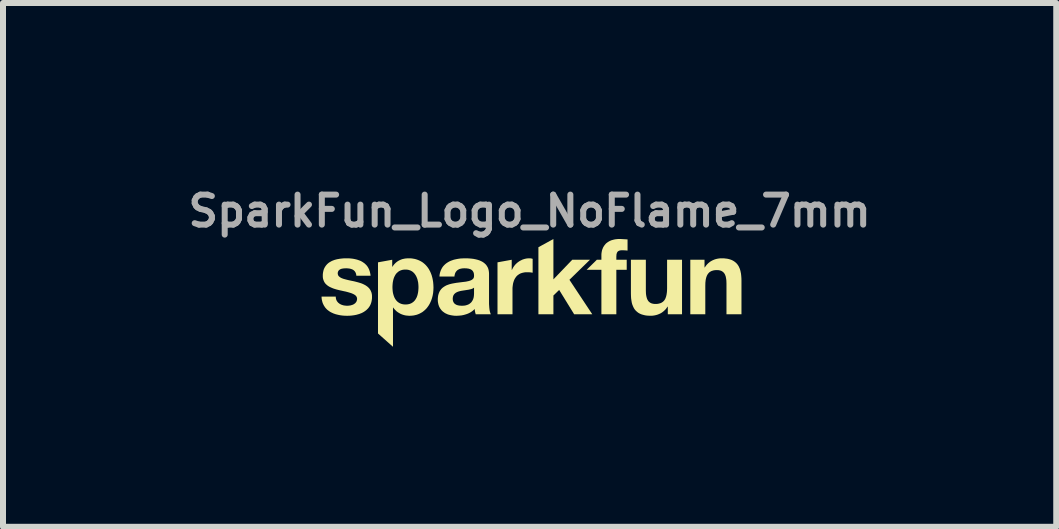
<source format=kicad_pcb>
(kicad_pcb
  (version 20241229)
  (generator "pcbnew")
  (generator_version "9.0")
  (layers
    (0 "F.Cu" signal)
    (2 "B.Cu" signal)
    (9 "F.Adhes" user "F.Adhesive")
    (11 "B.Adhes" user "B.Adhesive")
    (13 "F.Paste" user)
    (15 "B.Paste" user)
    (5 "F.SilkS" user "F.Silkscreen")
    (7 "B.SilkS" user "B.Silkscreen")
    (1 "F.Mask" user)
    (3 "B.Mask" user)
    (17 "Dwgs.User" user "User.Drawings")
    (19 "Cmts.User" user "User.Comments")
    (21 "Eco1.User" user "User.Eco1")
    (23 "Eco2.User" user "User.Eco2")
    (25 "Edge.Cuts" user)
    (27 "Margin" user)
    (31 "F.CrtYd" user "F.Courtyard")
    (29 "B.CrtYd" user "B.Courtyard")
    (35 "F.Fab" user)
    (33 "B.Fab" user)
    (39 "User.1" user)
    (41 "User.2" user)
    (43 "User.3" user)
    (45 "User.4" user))
  (footprint "SparkFun_Logo_NoFlame_7mm"
    (layer "F.Cu")
    (at 5.779 1.738)
    (property "Reference" "SparkFun_Logo_NoFlame_7mm" (at 0 -1.27 0) (layer "F.Fab") (effects (font (size 0.5 0.5) (thickness 0.1))))
    (attr board_only exclude_from_pos_files exclude_from_bom)
    (fp_poly (pts (xy 0.396 -0.131) (xy 0.71 -0.458) (xy 1.005 -0.458) (xy 0.663 -0.124) (xy 1.044 0.451) (xy 0.742 0.451) (xy 0.492 0.045) (xy 0.396 0.138) (xy 0.396 0.451) (xy 0.146 0.451) (xy 0.146 -0.667) (xy 0.396 -0.804)) (stroke (width 0) (type solid)) (fill yes) (layer "F.SilkS"))
    (fp_poly (pts (xy -0.001 -0.482) (xy 0.002 -0.482) (xy 0.006 -0.482) (xy 0.009 -0.482) (xy 0.016 -0.481) (xy 0.023 -0.48) (xy 0.03 -0.479) (xy 0.036 -0.477) (xy 0.043 -0.475) (xy 0.05 -0.474) (xy 0.05 -0.242) (xy 0.04 -0.244) (xy 0.03 -0.245) (xy 0.019 -0.247) (xy 0.007 -0.248) (xy -0.005 -0.249) (xy -0.017 -0.25) (xy -0.029 -0.25) (xy -0.04 -0.25) (xy -0.057 -0.25) (xy -0.073 -0.249) (xy -0.089 -0.247) (xy -0.104 -0.244) (xy -0.118 -0.241) (xy -0.131 -0.237) (xy -0.144 -0.233) (xy -0.156 -0.228) (xy -0.168 -0.222) (xy -0.179 -0.215) (xy -0.189 -0.208) (xy -0.199 -0.201) (xy -0.208 -0.193) (xy -0.217 -0.184) (xy -0.225 -0.175) (xy -0.232 -0.165) (xy -0.239 -0.155) (xy -0.246 -0.144) (xy -0.252 -0.133) (xy -0.257 -0.122) (xy -0.262 -0.11) (xy -0.266 -0.098) (xy -0.27 -0.085) (xy -0.274 -0.072) (xy -0.277 -0.059) (xy -0.279 -0.046) (xy -0.283 -0.018) (xy -0.286 0.011) (xy -0.286 0.041) (xy -0.286 0.451) (xy -0.536 0.451) (xy -0.536 -0.415) (xy -0.299 -0.458) (xy -0.299 -0.289) (xy -0.295 -0.289) (xy -0.29 -0.3) (xy -0.285 -0.31) (xy -0.28 -0.32) (xy -0.274 -0.33) (xy -0.268 -0.34) (xy -0.261 -0.349) (xy -0.255 -0.359) (xy -0.247 -0.367) (xy -0.24 -0.376) (xy -0.232 -0.385) (xy -0.224 -0.393) (xy -0.215 -0.4) (xy -0.207 -0.408) (xy -0.198 -0.415) (xy -0.188 -0.422) (xy -0.179 -0.429) (xy -0.169 -0.435) (xy -0.159 -0.441) (xy -0.149 -0.446) (xy -0.139 -0.451) (xy -0.129 -0.456) (xy -0.118 -0.461) (xy -0.107 -0.465) (xy -0.096 -0.468) (xy -0.085 -0.472) (xy -0.074 -0.474) (xy -0.063 -0.477) (xy -0.051 -0.479) (xy -0.04 -0.48) (xy -0.028 -0.482) (xy -0.017 -0.482) (xy -0.005 -0.482)) (stroke (width 0) (type solid)) (fill yes) (layer "F.SilkS"))
    (fp_poly (pts (xy 1.517 -0.804) (xy 1.533 -0.803) (xy 1.55 -0.802) (xy 1.567 -0.801) (xy 1.6 -0.799) (xy 1.616 -0.798) (xy 1.632 -0.797) (xy 1.632 -0.611) (xy 1.62 -0.612) (xy 1.609 -0.613) (xy 1.598 -0.614) (xy 1.586 -0.615) (xy 1.575 -0.615) (xy 1.563 -0.616) (xy 1.552 -0.616) (xy 1.54 -0.616) (xy 1.528 -0.616) (xy 1.522 -0.615) (xy 1.517 -0.615) (xy 1.511 -0.614) (xy 1.506 -0.613) (xy 1.501 -0.612) (xy 1.497 -0.61) (xy 1.492 -0.609) (xy 1.488 -0.607) (xy 1.484 -0.605) (xy 1.48 -0.603) (xy 1.477 -0.601) (xy 1.473 -0.598) (xy 1.47 -0.596) (xy 1.467 -0.593) (xy 1.464 -0.589) (xy 1.462 -0.586) (xy 1.46 -0.582) (xy 1.457 -0.578) (xy 1.455 -0.574) (xy 1.454 -0.57) (xy 1.452 -0.565) (xy 1.451 -0.56) (xy 1.449 -0.555) (xy 1.448 -0.55) (xy 1.447 -0.544) (xy 1.447 -0.538) (xy 1.446 -0.526) (xy 1.445 -0.512) (xy 1.445 -0.458) (xy 1.618 -0.458) (xy 1.618 -0.291) (xy 1.445 -0.291) (xy 1.445 0.451) (xy 1.196 0.451) (xy 1.196 -0.291) (xy 0.95 -0.291) (xy 1.12 -0.458) (xy 1.196 -0.458) (xy 1.196 -0.528) (xy 1.196 -0.543) (xy 1.197 -0.558) (xy 1.198 -0.572) (xy 1.201 -0.586) (xy 1.203 -0.6) (xy 1.206 -0.614) (xy 1.21 -0.627) (xy 1.215 -0.639) (xy 1.22 -0.652) (xy 1.225 -0.664) (xy 1.232 -0.675) (xy 1.238 -0.686) (xy 1.246 -0.697) (xy 1.254 -0.707) (xy 1.262 -0.717) (xy 1.271 -0.727) (xy 1.281 -0.736) (xy 1.292 -0.744) (xy 1.303 -0.752) (xy 1.314 -0.759) (xy 1.326 -0.766) (xy 1.339 -0.773) (xy 1.352 -0.778) (xy 1.366 -0.784) (xy 1.381 -0.788) (xy 1.396 -0.792) (xy 1.412 -0.796) (xy 1.428 -0.799) (xy 1.445 -0.801) (xy 1.463 -0.803) (xy 1.481 -0.804) (xy 1.5 -0.804)) (stroke (width 0) (type solid)) (fill yes) (layer "F.SilkS"))
    (fp_poly (pts (xy 1.937 0.055) (xy 1.938 0.082) (xy 1.939 0.108) (xy 1.942 0.131) (xy 1.946 0.153) (xy 1.951 0.173) (xy 1.957 0.192) (xy 1.961 0.2) (xy 1.964 0.208) (xy 1.969 0.216) (xy 1.973 0.223) (xy 1.978 0.23) (xy 1.983 0.236) (xy 1.989 0.242) (xy 1.995 0.247) (xy 2.001 0.252) (xy 2.008 0.257) (xy 2.015 0.261) (xy 2.023 0.265) (xy 2.03 0.268) (xy 2.039 0.271) (xy 2.047 0.273) (xy 2.057 0.275) (xy 2.066 0.277) (xy 2.076 0.278) (xy 2.086 0.278) (xy 2.097 0.279) (xy 2.11 0.278) (xy 2.122 0.278) (xy 2.133 0.277) (xy 2.144 0.275) (xy 2.155 0.273) (xy 2.165 0.27) (xy 2.175 0.267) (xy 2.185 0.264) (xy 2.194 0.26) (xy 2.202 0.255) (xy 2.21 0.25) (xy 2.218 0.245) (xy 2.225 0.239) (xy 2.232 0.232) (xy 2.239 0.225) (xy 2.245 0.218) (xy 2.25 0.21) (xy 2.256 0.201) (xy 2.261 0.192) (xy 2.265 0.182) (xy 2.269 0.171) (xy 2.273 0.161) (xy 2.276 0.149) (xy 2.279 0.137) (xy 2.282 0.124) (xy 2.284 0.111) (xy 2.286 0.097) (xy 2.288 0.083) (xy 2.289 0.068) (xy 2.29 0.052) (xy 2.291 0.018) (xy 2.291 -0.458) (xy 2.54 -0.458) (xy 2.54 0.451) (xy 2.303 0.451) (xy 2.303 0.324) (xy 2.298 0.324) (xy 2.292 0.334) (xy 2.285 0.343) (xy 2.279 0.352) (xy 2.272 0.361) (xy 2.265 0.369) (xy 2.258 0.377) (xy 2.25 0.384) (xy 2.242 0.392) (xy 2.235 0.399) (xy 2.226 0.405) (xy 2.218 0.412) (xy 2.21 0.418) (xy 2.193 0.429) (xy 2.175 0.439) (xy 2.156 0.447) (xy 2.137 0.455) (xy 2.118 0.461) (xy 2.099 0.466) (xy 2.079 0.47) (xy 2.06 0.473) (xy 2.04 0.475) (xy 2.02 0.475) (xy 1.996 0.475) (xy 1.972 0.474) (xy 1.95 0.472) (xy 1.929 0.469) (xy 1.91 0.465) (xy 1.891 0.46) (xy 1.873 0.455) (xy 1.856 0.449) (xy 1.84 0.442) (xy 1.825 0.434) (xy 1.811 0.426) (xy 1.798 0.416) (xy 1.786 0.406) (xy 1.775 0.396) (xy 1.764 0.385) (xy 1.754 0.373) (xy 1.745 0.36) (xy 1.737 0.347) (xy 1.73 0.333) (xy 1.723 0.318) (xy 1.717 0.303) (xy 1.711 0.288) (xy 1.706 0.271) (xy 1.702 0.255) (xy 1.696 0.219) (xy 1.691 0.182) (xy 1.689 0.142) (xy 1.688 0.101) (xy 1.688 -0.458) (xy 1.937 -0.458)) (stroke (width 0) (type solid)) (fill yes) (layer "F.SilkS"))
    (fp_poly (pts (xy 3.223 -0.482) (xy 3.246 -0.481) (xy 3.268 -0.478) (xy 3.289 -0.476) (xy 3.309 -0.472) (xy 3.328 -0.467) (xy 3.345 -0.462) (xy 3.362 -0.456) (xy 3.378 -0.449) (xy 3.393 -0.441) (xy 3.407 -0.432) (xy 3.42 -0.423) (xy 3.432 -0.413) (xy 3.444 -0.403) (xy 3.454 -0.391) (xy 3.464 -0.38) (xy 3.473 -0.367) (xy 3.481 -0.354) (xy 3.489 -0.34) (xy 3.495 -0.325) (xy 3.502 -0.31) (xy 3.507 -0.295) (xy 3.512 -0.278) (xy 3.516 -0.261) (xy 3.523 -0.226) (xy 3.527 -0.189) (xy 3.53 -0.149) (xy 3.531 -0.108) (xy 3.531 0.451) (xy 3.281 0.451) (xy 3.281 -0.062) (xy 3.28 -0.089) (xy 3.279 -0.115) (xy 3.276 -0.138) (xy 3.272 -0.16) (xy 3.268 -0.18) (xy 3.261 -0.199) (xy 3.258 -0.207) (xy 3.254 -0.215) (xy 3.25 -0.223) (xy 3.245 -0.23) (xy 3.24 -0.237) (xy 3.235 -0.243) (xy 3.229 -0.249) (xy 3.223 -0.254) (xy 3.217 -0.259) (xy 3.21 -0.264) (xy 3.203 -0.268) (xy 3.196 -0.272) (xy 3.188 -0.275) (xy 3.179 -0.278) (xy 3.171 -0.28) (xy 3.162 -0.282) (xy 3.152 -0.284) (xy 3.142 -0.285) (xy 3.132 -0.285) (xy 3.121 -0.286) (xy 3.109 -0.285) (xy 3.097 -0.285) (xy 3.085 -0.284) (xy 3.074 -0.282) (xy 3.063 -0.28) (xy 3.053 -0.277) (xy 3.043 -0.274) (xy 3.034 -0.271) (xy 3.025 -0.267) (xy 3.016 -0.262) (xy 3.008 -0.257) (xy 3 -0.252) (xy 2.993 -0.246) (xy 2.986 -0.239) (xy 2.98 -0.232) (xy 2.974 -0.225) (xy 2.968 -0.217) (xy 2.963 -0.208) (xy 2.958 -0.199) (xy 2.953 -0.189) (xy 2.949 -0.178) (xy 2.945 -0.167) (xy 2.942 -0.156) (xy 2.939 -0.144) (xy 2.936 -0.131) (xy 2.934 -0.118) (xy 2.932 -0.104) (xy 2.931 -0.089) (xy 2.929 -0.074) (xy 2.929 -0.059) (xy 2.928 -0.025) (xy 2.928 0.451) (xy 2.678 0.451) (xy 2.678 -0.458) (xy 2.915 -0.458) (xy 2.915 -0.331) (xy 2.921 -0.331) (xy 2.927 -0.341) (xy 2.933 -0.35) (xy 2.94 -0.359) (xy 2.946 -0.367) (xy 2.953 -0.376) (xy 2.961 -0.384) (xy 2.968 -0.391) (xy 2.976 -0.399) (xy 2.984 -0.406) (xy 2.992 -0.412) (xy 3 -0.419) (xy 3.008 -0.425) (xy 3.026 -0.436) (xy 3.044 -0.446) (xy 3.062 -0.454) (xy 3.081 -0.462) (xy 3.1 -0.468) (xy 3.119 -0.473) (xy 3.139 -0.477) (xy 3.159 -0.48) (xy 3.179 -0.482) (xy 3.198 -0.482)) (stroke (width 0) (type solid)) (fill yes) (layer "F.SilkS"))
    (fp_poly (pts (xy -1.99 -0.482) (xy -1.965 -0.48) (xy -1.94 -0.476) (xy -1.917 -0.472) (xy -1.894 -0.466) (xy -1.873 -0.459) (xy -1.852 -0.451) (xy -1.832 -0.442) (xy -1.813 -0.432) (xy -1.794 -0.421) (xy -1.777 -0.409) (xy -1.761 -0.396) (xy -1.745 -0.382) (xy -1.73 -0.367) (xy -1.716 -0.351) (xy -1.703 -0.335) (xy -1.691 -0.318) (xy -1.679 -0.3) (xy -1.669 -0.281) (xy -1.659 -0.262) (xy -1.65 -0.242) (xy -1.642 -0.222) (xy -1.634 -0.201) (xy -1.628 -0.179) (xy -1.622 -0.157) (xy -1.617 -0.135) (xy -1.609 -0.089) (xy -1.605 -0.042) (xy -1.603 0.006) (xy -1.605 0.051) (xy -1.609 0.096) (xy -1.617 0.14) (xy -1.628 0.182) (xy -1.642 0.223) (xy -1.659 0.261) (xy -1.669 0.28) (xy -1.679 0.298) (xy -1.691 0.315) (xy -1.703 0.332) (xy -1.715 0.348) (xy -1.729 0.363) (xy -1.743 0.377) (xy -1.759 0.391) (xy -1.775 0.404) (xy -1.791 0.416) (xy -1.809 0.426) (xy -1.827 0.436) (xy -1.846 0.445) (xy -1.866 0.453) (xy -1.887 0.46) (xy -1.908 0.465) (xy -1.931 0.47) (xy -1.954 0.473) (xy -1.978 0.475) (xy -2.002 0.476) (xy -2.023 0.475) (xy -2.043 0.473) (xy -2.063 0.471) (xy -2.083 0.467) (xy -2.102 0.462) (xy -2.121 0.456) (xy -2.139 0.449) (xy -2.157 0.441) (xy -2.174 0.431) (xy -2.191 0.421) (xy -2.207 0.41) (xy -2.222 0.398) (xy -2.236 0.384) (xy -2.25 0.37) (xy -2.263 0.355) (xy -2.275 0.339) (xy -2.278 0.339) (xy -2.278 0.993) (xy -2.528 0.771) (xy -2.528 -0.001) (xy -2.287 -0.001) (xy -2.286 0.027) (xy -2.284 0.054) (xy -2.281 0.081) (xy -2.276 0.106) (xy -2.269 0.131) (xy -2.261 0.155) (xy -2.251 0.178) (xy -2.245 0.188) (xy -2.239 0.199) (xy -2.232 0.208) (xy -2.225 0.218) (xy -2.217 0.227) (xy -2.209 0.235) (xy -2.201 0.243) (xy -2.191 0.25) (xy -2.182 0.257) (xy -2.171 0.263) (xy -2.161 0.269) (xy -2.149 0.273) (xy -2.137 0.278) (xy -2.125 0.281) (xy -2.112 0.284) (xy -2.098 0.286) (xy -2.084 0.287) (xy -2.069 0.287) (xy -2.054 0.287) (xy -2.04 0.286) (xy -2.026 0.284) (xy -2.013 0.281) (xy -2 0.278) (xy -1.988 0.273) (xy -1.977 0.269) (xy -1.966 0.263) (xy -1.956 0.257) (xy -1.947 0.25) (xy -1.937 0.243) (xy -1.929 0.235) (xy -1.921 0.227) (xy -1.913 0.218) (xy -1.906 0.208) (xy -1.9 0.199) (xy -1.894 0.188) (xy -1.888 0.178) (xy -1.883 0.167) (xy -1.878 0.155) (xy -1.874 0.143) (xy -1.87 0.131) (xy -1.867 0.119) (xy -1.864 0.106) (xy -1.859 0.081) (xy -1.856 0.054) (xy -1.854 0.027) (xy -1.853 -0.001) (xy -1.854 -0.028) (xy -1.856 -0.055) (xy -1.859 -0.082) (xy -1.865 -0.108) (xy -1.871 -0.134) (xy -1.88 -0.158) (xy -1.89 -0.181) (xy -1.896 -0.192) (xy -1.902 -0.202) (xy -1.909 -0.212) (xy -1.916 -0.222) (xy -1.923 -0.231) (xy -1.932 -0.24) (xy -1.94 -0.248) (xy -1.949 -0.256) (xy -1.959 -0.263) (xy -1.969 -0.269) (xy -1.98 -0.275) (xy -1.991 -0.28) (xy -2.003 -0.284) (xy -2.015 -0.288) (xy -2.028 -0.291) (xy -2.042 -0.293) (xy -2.056 -0.294) (xy -2.071 -0.294) (xy -2.086 -0.294) (xy -2.1 -0.293) (xy -2.114 -0.291) (xy -2.127 -0.288) (xy -2.14 -0.284) (xy -2.151 -0.28) (xy -2.163 -0.275) (xy -2.174 -0.269) (xy -2.184 -0.263) (xy -2.193 -0.256) (xy -2.202 -0.248) (xy -2.211 -0.24) (xy -2.219 -0.232) (xy -2.227 -0.223) (xy -2.234 -0.213) (xy -2.24 -0.203) (xy -2.246 -0.192) (xy -2.252 -0.181) (xy -2.257 -0.17) (xy -2.262 -0.159) (xy -2.266 -0.147) (xy -2.27 -0.134) (xy -2.273 -0.122) (xy -2.276 -0.109) (xy -2.281 -0.083) (xy -2.284 -0.056) (xy -2.286 -0.028) (xy -2.287 -0.001) (xy -2.528 -0.001) (xy -2.528 -0.415) (xy -2.291 -0.458) (xy -2.291 -0.342) (xy -2.287 -0.342) (xy -2.281 -0.351) (xy -2.275 -0.36) (xy -2.269 -0.368) (xy -2.262 -0.376) (xy -2.256 -0.384) (xy -2.249 -0.391) (xy -2.242 -0.398) (xy -2.235 -0.405) (xy -2.227 -0.412) (xy -2.22 -0.418) (xy -2.212 -0.424) (xy -2.204 -0.43) (xy -2.196 -0.435) (xy -2.188 -0.44) (xy -2.179 -0.445) (xy -2.171 -0.449) (xy -2.162 -0.453) (xy -2.153 -0.457) (xy -2.135 -0.464) (xy -2.117 -0.47) (xy -2.097 -0.474) (xy -2.078 -0.478) (xy -2.058 -0.48) (xy -2.037 -0.482) (xy -2.016 -0.482)) (stroke (width 0) (type solid)) (fill yes) (layer "F.SilkS"))
    (fp_poly (pts (xy -1.042 -0.482) (xy -1.007 -0.48) (xy -0.972 -0.477) (xy -0.938 -0.473) (xy -0.903 -0.466) (xy -0.87 -0.458) (xy -0.839 -0.448) (xy -0.809 -0.435) (xy -0.795 -0.428) (xy -0.781 -0.42) (xy -0.768 -0.411) (xy -0.756 -0.402) (xy -0.744 -0.391) (xy -0.733 -0.381) (xy -0.723 -0.369) (xy -0.714 -0.356) (xy -0.706 -0.343) (xy -0.698 -0.329) (xy -0.692 -0.314) (xy -0.687 -0.298) (xy -0.683 -0.281) (xy -0.68 -0.263) (xy -0.678 -0.244) (xy -0.677 -0.224) (xy -0.677 0.249) (xy -0.677 0.28) (xy -0.675 0.31) (xy -0.673 0.339) (xy -0.67 0.367) (xy -0.668 0.38) (xy -0.666 0.393) (xy -0.663 0.404) (xy -0.66 0.415) (xy -0.657 0.426) (xy -0.654 0.435) (xy -0.65 0.444) (xy -0.646 0.451) (xy -0.899 0.451) (xy -0.902 0.44) (xy -0.905 0.43) (xy -0.908 0.419) (xy -0.91 0.408) (xy -0.912 0.397) (xy -0.914 0.385) (xy -0.915 0.374) (xy -0.916 0.363) (xy -0.932 0.378) (xy -0.948 0.392) (xy -0.964 0.404) (xy -0.982 0.416) (xy -1 0.426) (xy -1.018 0.435) (xy -1.037 0.443) (xy -1.057 0.45) (xy -1.077 0.456) (xy -1.097 0.462) (xy -1.117 0.466) (xy -1.138 0.47) (xy -1.159 0.472) (xy -1.18 0.474) (xy -1.201 0.475) (xy -1.222 0.476) (xy -1.254 0.475) (xy -1.285 0.471) (xy -1.315 0.466) (xy -1.344 0.459) (xy -1.358 0.455) (xy -1.371 0.45) (xy -1.384 0.444) (xy -1.397 0.438) (xy -1.409 0.432) (xy -1.42 0.425) (xy -1.431 0.417) (xy -1.442 0.409) (xy -1.452 0.401) (xy -1.462 0.391) (xy -1.471 0.382) (xy -1.479 0.371) (xy -1.487 0.36) (xy -1.495 0.349) (xy -1.501 0.337) (xy -1.508 0.324) (xy -1.513 0.311) (xy -1.518 0.297) (xy -1.522 0.283) (xy -1.525 0.268) (xy -1.528 0.253) (xy -1.53 0.237) (xy -1.531 0.22) (xy -1.531 0.203) (xy -1.531 0.193) (xy -1.282 0.193) (xy -1.282 0.201) (xy -1.281 0.209) (xy -1.28 0.217) (xy -1.279 0.224) (xy -1.277 0.231) (xy -1.275 0.237) (xy -1.272 0.243) (xy -1.269 0.249) (xy -1.266 0.255) (xy -1.263 0.26) (xy -1.259 0.265) (xy -1.255 0.269) (xy -1.251 0.274) (xy -1.246 0.278) (xy -1.241 0.281) (xy -1.236 0.285) (xy -1.23 0.288) (xy -1.225 0.291) (xy -1.219 0.294) (xy -1.213 0.296) (xy -1.207 0.298) (xy -1.2 0.3) (xy -1.194 0.302) (xy -1.187 0.303) (xy -1.173 0.306) (xy -1.159 0.307) (xy -1.144 0.308) (xy -1.129 0.309) (xy -1.111 0.308) (xy -1.094 0.307) (xy -1.079 0.305) (xy -1.064 0.302) (xy -1.051 0.298) (xy -1.038 0.294) (xy -1.026 0.289) (xy -1.015 0.284) (xy -1.005 0.278) (xy -0.996 0.271) (xy -0.987 0.264) (xy -0.979 0.257) (xy -0.972 0.25) (xy -0.966 0.242) (xy -0.96 0.233) (xy -0.955 0.225) (xy -0.95 0.216) (xy -0.946 0.208) (xy -0.942 0.199) (xy -0.939 0.19) (xy -0.934 0.173) (xy -0.931 0.156) (xy -0.929 0.14) (xy -0.928 0.125) (xy -0.927 0.099) (xy -0.927 0.006) (xy -0.931 0.01) (xy -0.935 0.013) (xy -0.94 0.016) (xy -0.945 0.019) (xy -0.955 0.024) (xy -0.966 0.028) (xy -0.978 0.032) (xy -0.991 0.035) (xy -1.004 0.038) (xy -1.017 0.041) (xy -1.134 0.059) (xy -1.149 0.062) (xy -1.163 0.065) (xy -1.177 0.069) (xy -1.19 0.073) (xy -1.203 0.078) (xy -1.215 0.083) (xy -1.226 0.09) (xy -1.232 0.093) (xy -1.237 0.097) (xy -1.242 0.101) (xy -1.247 0.105) (xy -1.251 0.109) (xy -1.256 0.114) (xy -1.26 0.119) (xy -1.263 0.124) (xy -1.267 0.129) (xy -1.27 0.135) (xy -1.273 0.141) (xy -1.275 0.148) (xy -1.277 0.154) (xy -1.279 0.161) (xy -1.28 0.169) (xy -1.281 0.176) (xy -1.282 0.184) (xy -1.282 0.193) (xy -1.531 0.193) (xy -1.529 0.166) (xy -1.524 0.133) (xy -1.515 0.103) (xy -1.504 0.076) (xy -1.49 0.052) (xy -1.474 0.031) (xy -1.455 0.012) (xy -1.434 -0.004) (xy -1.412 -0.018) (xy -1.388 -0.031) (xy -1.362 -0.041) (xy -1.336 -0.05) (xy -1.309 -0.057) (xy -1.281 -0.063) (xy -1.224 -0.073) (xy -1.113 -0.087) (xy -1.062 -0.093) (xy -1.016 -0.103) (xy -0.996 -0.109) (xy -0.978 -0.116) (xy -0.963 -0.124) (xy -0.95 -0.134) (xy -0.939 -0.145) (xy -0.932 -0.159) (xy -0.928 -0.174) (xy -0.927 -0.192) (xy -0.927 -0.202) (xy -0.928 -0.211) (xy -0.929 -0.22) (xy -0.93 -0.228) (xy -0.932 -0.236) (xy -0.934 -0.243) (xy -0.937 -0.25) (xy -0.94 -0.256) (xy -0.943 -0.262) (xy -0.947 -0.268) (xy -0.951 -0.273) (xy -0.955 -0.278) (xy -0.959 -0.282) (xy -0.964 -0.286) (xy -0.969 -0.29) (xy -0.975 -0.293) (xy -0.98 -0.297) (xy -0.986 -0.299) (xy -0.992 -0.302) (xy -0.999 -0.304) (xy -1.005 -0.306) (xy -1.012 -0.308) (xy -1.019 -0.31) (xy -1.026 -0.311) (xy -1.041 -0.313) (xy -1.056 -0.315) (xy -1.072 -0.315) (xy -1.089 -0.316) (xy -1.106 -0.315) (xy -1.123 -0.314) (xy -1.139 -0.311) (xy -1.154 -0.308) (xy -1.161 -0.306) (xy -1.168 -0.304) (xy -1.175 -0.301) (xy -1.181 -0.298) (xy -1.187 -0.295) (xy -1.193 -0.291) (xy -1.199 -0.288) (xy -1.204 -0.284) (xy -1.209 -0.28) (xy -1.214 -0.275) (xy -1.219 -0.27) (xy -1.223 -0.265) (xy -1.227 -0.259) (xy -1.231 -0.254) (xy -1.235 -0.248) (xy -1.238 -0.241) (xy -1.241 -0.235) (xy -1.244 -0.227) (xy -1.246 -0.22) (xy -1.248 -0.212) (xy -1.25 -0.204) (xy -1.252 -0.196) (xy -1.253 -0.187) (xy -1.254 -0.178) (xy -1.503 -0.178) (xy -1.502 -0.2) (xy -1.499 -0.22) (xy -1.495 -0.239) (xy -1.489 -0.258) (xy -1.483 -0.276) (xy -1.476 -0.292) (xy -1.468 -0.308) (xy -1.459 -0.324) (xy -1.45 -0.338) (xy -1.439 -0.352) (xy -1.428 -0.364) (xy -1.416 -0.376) (xy -1.403 -0.388) (xy -1.39 -0.398) (xy -1.376 -0.408) (xy -1.361 -0.417) (xy -1.346 -0.426) (xy -1.33 -0.434) (xy -1.314 -0.441) (xy -1.297 -0.447) (xy -1.28 -0.453) (xy -1.263 -0.459) (xy -1.245 -0.463) (xy -1.227 -0.467) (xy -1.19 -0.474) (xy -1.153 -0.479) (xy -1.115 -0.481) (xy -1.076 -0.482)) (stroke (width 0) (type solid)) (fill yes) (layer "F.SilkS"))
    (fp_poly (pts (xy -3.016 -0.482) (xy -2.98 -0.479) (xy -2.945 -0.475) (xy -2.91 -0.468) (xy -2.877 -0.46) (xy -2.845 -0.449) (xy -2.814 -0.437) (xy -2.8 -0.429) (xy -2.786 -0.421) (xy -2.773 -0.412) (xy -2.76 -0.403) (xy -2.747 -0.393) (xy -2.736 -0.382) (xy -2.724 -0.371) (xy -2.714 -0.359) (xy -2.704 -0.346) (xy -2.695 -0.332) (xy -2.687 -0.317) (xy -2.679 -0.302) (xy -2.673 -0.286) (xy -2.667 -0.269) (xy -2.662 -0.251) (xy -2.658 -0.232) (xy -2.654 -0.213) (xy -2.652 -0.192) (xy -2.889 -0.192) (xy -2.89 -0.201) (xy -2.891 -0.21) (xy -2.893 -0.218) (xy -2.895 -0.225) (xy -2.897 -0.233) (xy -2.9 -0.24) (xy -2.903 -0.246) (xy -2.906 -0.252) (xy -2.91 -0.258) (xy -2.914 -0.264) (xy -2.918 -0.269) (xy -2.923 -0.274) (xy -2.928 -0.278) (xy -2.933 -0.283) (xy -2.938 -0.287) (xy -2.944 -0.29) (xy -2.95 -0.294) (xy -2.956 -0.297) (xy -2.962 -0.299) (xy -2.969 -0.302) (xy -2.975 -0.304) (xy -2.982 -0.306) (xy -2.989 -0.308) (xy -2.997 -0.31) (xy -3.012 -0.312) (xy -3.027 -0.314) (xy -3.043 -0.315) (xy -3.06 -0.316) (xy -3.071 -0.315) (xy -3.082 -0.315) (xy -3.094 -0.314) (xy -3.105 -0.313) (xy -3.117 -0.311) (xy -3.129 -0.309) (xy -3.14 -0.306) (xy -3.151 -0.302) (xy -3.156 -0.299) (xy -3.161 -0.297) (xy -3.165 -0.294) (xy -3.17 -0.291) (xy -3.174 -0.288) (xy -3.178 -0.284) (xy -3.182 -0.28) (xy -3.185 -0.276) (xy -3.188 -0.272) (xy -3.191 -0.267) (xy -3.193 -0.262) (xy -3.195 -0.256) (xy -3.197 -0.251) (xy -3.198 -0.244) (xy -3.199 -0.238) (xy -3.199 -0.231) (xy -3.199 -0.223) (xy -3.197 -0.215) (xy -3.195 -0.208) (xy -3.193 -0.201) (xy -3.189 -0.194) (xy -3.185 -0.188) (xy -3.18 -0.182) (xy -3.174 -0.177) (xy -3.168 -0.172) (xy -3.162 -0.167) (xy -3.154 -0.162) (xy -3.146 -0.158) (xy -3.138 -0.153) (xy -3.129 -0.15) (xy -3.12 -0.146) (xy -3.11 -0.142) (xy -3.089 -0.136) (xy -3.067 -0.13) (xy -3.044 -0.124) (xy -3.019 -0.118) (xy -2.968 -0.107) (xy -2.942 -0.102) (xy -2.916 -0.096) (xy -2.889 -0.089) (xy -2.862 -0.082) (xy -2.835 -0.074) (xy -2.809 -0.066) (xy -2.784 -0.056) (xy -2.761 -0.045) (xy -2.738 -0.033) (xy -2.717 -0.019) (xy -2.707 -0.012) (xy -2.698 -0.004) (xy -2.689 0.004) (xy -2.68 0.013) (xy -2.672 0.022) (xy -2.665 0.032) (xy -2.658 0.042) (xy -2.652 0.053) (xy -2.647 0.064) (xy -2.642 0.076) (xy -2.637 0.088) (xy -2.634 0.101) (xy -2.631 0.115) (xy -2.629 0.129) (xy -2.628 0.144) (xy -2.628 0.159) (xy -2.628 0.181) (xy -2.63 0.202) (xy -2.633 0.222) (xy -2.637 0.241) (xy -2.642 0.26) (xy -2.648 0.277) (xy -2.655 0.294) (xy -2.663 0.309) (xy -2.672 0.324) (xy -2.682 0.338) (xy -2.693 0.352) (xy -2.705 0.364) (xy -2.717 0.376) (xy -2.73 0.387) (xy -2.744 0.397) (xy -2.758 0.407) (xy -2.773 0.416) (xy -2.788 0.424) (xy -2.804 0.432) (xy -2.821 0.438) (xy -2.838 0.445) (xy -2.855 0.45) (xy -2.873 0.455) (xy -2.891 0.46) (xy -2.928 0.467) (xy -2.966 0.472) (xy -3.004 0.475) (xy -3.042 0.476) (xy -3.082 0.475) (xy -3.121 0.472) (xy -3.159 0.467) (xy -3.197 0.459) (xy -3.233 0.45) (xy -3.268 0.438) (xy -3.301 0.423) (xy -3.317 0.415) (xy -3.332 0.406) (xy -3.346 0.396) (xy -3.36 0.386) (xy -3.374 0.375) (xy -3.386 0.363) (xy -3.398 0.35) (xy -3.409 0.337) (xy -3.419 0.322) (xy -3.429 0.307) (xy -3.437 0.291) (xy -3.445 0.275) (xy -3.452 0.257) (xy -3.457 0.239) (xy -3.462 0.219) (xy -3.466 0.199) (xy -3.468 0.178) (xy -3.469 0.156) (xy -3.232 0.156) (xy -3.232 0.165) (xy -3.231 0.175) (xy -3.23 0.184) (xy -3.228 0.193) (xy -3.226 0.201) (xy -3.223 0.21) (xy -3.22 0.217) (xy -3.216 0.225) (xy -3.212 0.232) (xy -3.207 0.239) (xy -3.202 0.245) (xy -3.197 0.251) (xy -3.192 0.257) (xy -3.186 0.262) (xy -3.179 0.267) (xy -3.173 0.272) (xy -3.166 0.277) (xy -3.159 0.281) (xy -3.151 0.285) (xy -3.144 0.288) (xy -3.136 0.292) (xy -3.128 0.295) (xy -3.12 0.297) (xy -3.111 0.3) (xy -3.103 0.302) (xy -3.094 0.304) (xy -3.077 0.306) (xy -3.059 0.308) (xy -3.041 0.309) (xy -3.027 0.308) (xy -3.013 0.307) (xy -2.999 0.305) (xy -2.985 0.303) (xy -2.972 0.299) (xy -2.958 0.295) (xy -2.945 0.29) (xy -2.933 0.284) (xy -2.927 0.28) (xy -2.921 0.276) (xy -2.916 0.272) (xy -2.91 0.268) (xy -2.905 0.263) (xy -2.901 0.258) (xy -2.897 0.253) (xy -2.893 0.248) (xy -2.889 0.242) (xy -2.886 0.236) (xy -2.884 0.23) (xy -2.881 0.223) (xy -2.88 0.216) (xy -2.878 0.208) (xy -2.877 0.201) (xy -2.877 0.193) (xy -2.877 0.186) (xy -2.878 0.179) (xy -2.88 0.173) (xy -2.882 0.166) (xy -2.885 0.16) (xy -2.888 0.155) (xy -2.892 0.149) (xy -2.896 0.144) (xy -2.901 0.139) (xy -2.907 0.134) (xy -2.913 0.129) (xy -2.92 0.125) (xy -2.927 0.12) (xy -2.935 0.116) (xy -2.943 0.112) (xy -2.952 0.108) (xy -2.961 0.104) (xy -2.971 0.1) (xy -2.982 0.096) (xy -2.993 0.093) (xy -3.016 0.086) (xy -3.041 0.079) (xy -3.068 0.072) (xy -3.097 0.066) (xy -3.128 0.059) (xy -3.16 0.052) (xy -3.214 0.039) (xy -3.241 0.031) (xy -3.267 0.023) (xy -3.292 0.013) (xy -3.315 0.003) (xy -3.338 -0.008) (xy -3.359 -0.021) (xy -3.369 -0.028) (xy -3.378 -0.036) (xy -3.387 -0.043) (xy -3.396 -0.052) (xy -3.404 -0.06) (xy -3.411 -0.069) (xy -3.418 -0.079) (xy -3.424 -0.089) (xy -3.429 -0.1) (xy -3.434 -0.111) (xy -3.438 -0.123) (xy -3.442 -0.135) (xy -3.445 -0.148) (xy -3.447 -0.162) (xy -3.448 -0.176) (xy -3.448 -0.191) (xy -3.448 -0.212) (xy -3.446 -0.232) (xy -3.443 -0.251) (xy -3.439 -0.27) (xy -3.435 -0.287) (xy -3.429 -0.304) (xy -3.422 -0.319) (xy -3.414 -0.334) (xy -3.405 -0.348) (xy -3.396 -0.361) (xy -3.386 -0.373) (xy -3.375 -0.385) (xy -3.363 -0.396) (xy -3.351 -0.406) (xy -3.338 -0.415) (xy -3.324 -0.423) (xy -3.31 -0.431) (xy -3.295 -0.439) (xy -3.28 -0.445) (xy -3.264 -0.451) (xy -3.248 -0.457) (xy -3.231 -0.461) (xy -3.214 -0.466) (xy -3.197 -0.469) (xy -3.162 -0.475) (xy -3.126 -0.479) (xy -3.09 -0.482) (xy -3.053 -0.482)) (stroke (width 0) (type solid)) (fill yes) (layer "F.SilkS")))
  (gr_rect
    (start -3 -3)
    (end 14.557 5.731)
    (stroke (width 0.1) (type default))
    (fill no)
    (layer "Edge.Cuts")))
</source>
